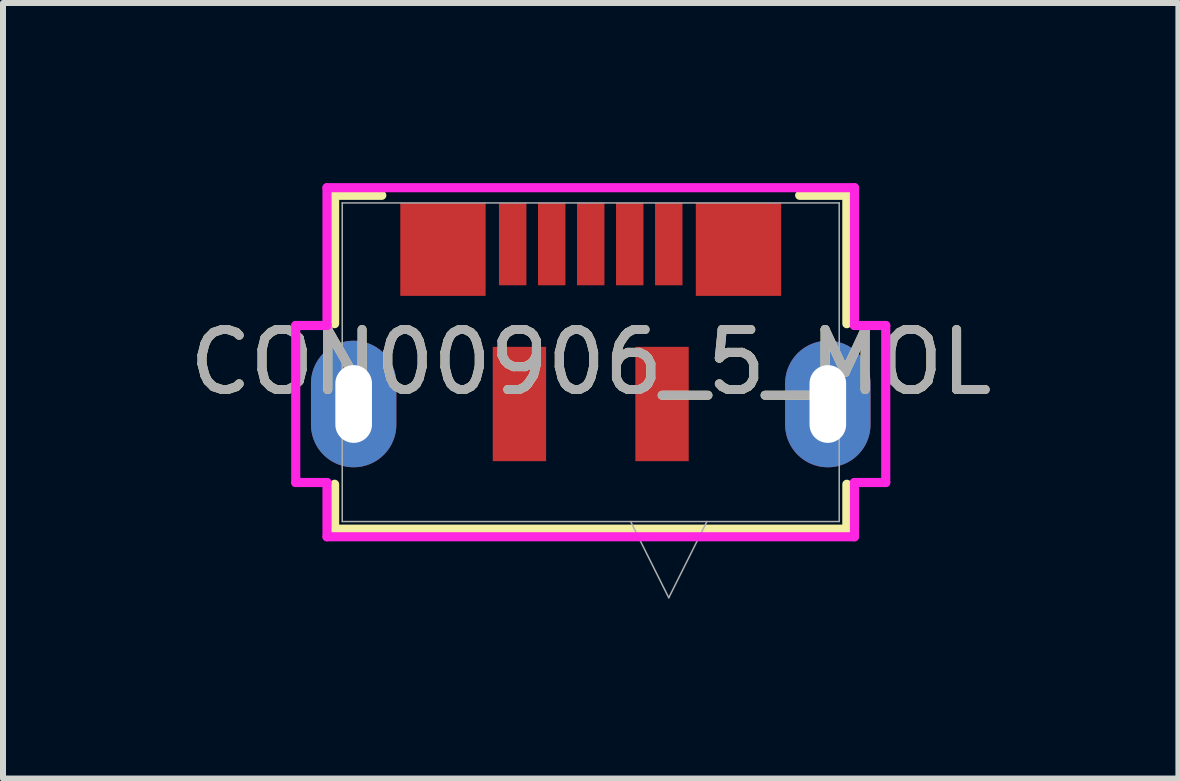
<source format=kicad_pcb>
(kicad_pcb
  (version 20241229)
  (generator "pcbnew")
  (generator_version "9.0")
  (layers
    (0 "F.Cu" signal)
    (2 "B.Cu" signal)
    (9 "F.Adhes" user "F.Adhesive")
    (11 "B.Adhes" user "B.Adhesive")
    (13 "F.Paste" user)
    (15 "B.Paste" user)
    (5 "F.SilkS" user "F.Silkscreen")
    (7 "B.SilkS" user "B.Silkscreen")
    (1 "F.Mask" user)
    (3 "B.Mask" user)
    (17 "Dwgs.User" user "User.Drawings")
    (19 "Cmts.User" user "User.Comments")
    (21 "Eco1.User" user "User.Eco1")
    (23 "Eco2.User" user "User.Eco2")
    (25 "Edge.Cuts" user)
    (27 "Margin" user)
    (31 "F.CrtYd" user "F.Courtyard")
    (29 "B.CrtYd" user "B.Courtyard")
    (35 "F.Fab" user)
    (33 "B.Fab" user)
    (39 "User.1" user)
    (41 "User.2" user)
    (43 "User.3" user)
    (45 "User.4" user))
  (footprint "CON00906_5_MOL"
    (layer "F.Cu")
    (at 6.792 2.985)
    (property "Reference" "CON00906_5_MOL" (at 0 0 0) (unlocked yes) (layer "F.SilkS") (effects (font (size 1 1) (thickness 0.15))))
    (attr smd)
    (fp_line (start -4.267 -2.781) (end -4.267 -0.642) (stroke (width 0.152) (type solid)) (layer "F.SilkS"))
    (fp_line (start -4.267 2.033) (end -4.267 2.781) (stroke (width 0.152) (type solid)) (layer "F.SilkS"))
    (fp_line (start -4.267 2.781) (end 4.267 2.781) (stroke (width 0.152) (type solid)) (layer "F.SilkS"))
    (fp_line (start -3.481 -2.781) (end -4.267 -2.781) (stroke (width 0.152) (type solid)) (layer "F.SilkS"))
    (fp_line (start 4.267 -2.781) (end 3.481 -2.781) (stroke (width 0.152) (type solid)) (layer "F.SilkS"))
    (fp_line (start 4.267 -0.642) (end 4.267 -2.781) (stroke (width 0.152) (type solid)) (layer "F.SilkS"))
    (fp_line (start 4.267 2.781) (end 4.267 2.033) (stroke (width 0.152) (type solid)) (layer "F.SilkS"))
    (fp_line (start -4.915 -0.612) (end -4.915 2.004) (stroke (width 0.152) (type solid)) (layer "F.CrtYd"))
    (fp_line (start -4.915 2.004) (end -4.394 2.004) (stroke (width 0.152) (type solid)) (layer "F.CrtYd"))
    (fp_line (start -4.394 -2.908) (end -4.394 -0.612) (stroke (width 0.152) (type solid)) (layer "F.CrtYd"))
    (fp_line (start -4.394 -0.612) (end -4.915 -0.612) (stroke (width 0.152) (type solid)) (layer "F.CrtYd"))
    (fp_line (start -4.394 2.004) (end -4.394 2.908) (stroke (width 0.152) (type solid)) (layer "F.CrtYd"))
    (fp_line (start -4.394 2.908) (end 4.394 2.908) (stroke (width 0.152) (type solid)) (layer "F.CrtYd"))
    (fp_line (start 4.394 -2.908) (end -4.394 -2.908) (stroke (width 0.152) (type solid)) (layer "F.CrtYd"))
    (fp_line (start 4.394 -0.612) (end 4.394 -2.908) (stroke (width 0.152) (type solid)) (layer "F.CrtYd"))
    (fp_line (start 4.394 2.004) (end 4.915 2.004) (stroke (width 0.152) (type solid)) (layer "F.CrtYd"))
    (fp_line (start 4.394 2.908) (end 4.394 2.004) (stroke (width 0.152) (type solid)) (layer "F.CrtYd"))
    (fp_line (start 4.915 -0.612) (end 4.394 -0.612) (stroke (width 0.152) (type solid)) (layer "F.CrtYd"))
    (fp_line (start 4.915 2.004) (end 4.915 -0.612) (stroke (width 0.152) (type solid)) (layer "F.CrtYd"))
    (fp_line (start -4.14 -2.654) (end -4.14 2.654) (stroke (width 0.025) (type solid)) (layer "F.Fab"))
    (fp_line (start -4.14 2.654) (end 4.14 2.654) (stroke (width 0.025) (type solid)) (layer "F.Fab"))
    (fp_line (start 0.665 2.654) (end 1.3 3.924) (stroke (width 0.025) (type solid)) (layer "F.Fab"))
    (fp_line (start 1.935 2.654) (end 1.3 3.924) (stroke (width 0.025) (type solid)) (layer "F.Fab"))
    (fp_line (start 4.14 -2.654) (end -4.14 -2.654) (stroke (width 0.025) (type solid)) (layer "F.Fab"))
    (fp_line (start 4.14 2.654) (end 4.14 -2.654) (stroke (width 0.025) (type solid)) (layer "F.Fab"))
    (fp_text user "${REFERENCE}" (at 0 0 0) (unlocked yes) (layer "F.Fab") (effects (font (size 1 1) (thickness 0.15))))
    (pad "1" smd rect (at 1.3 -1.968) (size 0.457 1.372) (layers "F.Cu" "F.Mask" "F.Paste"))
    (pad "2" smd rect (at 0.65 -1.968) (size 0.457 1.372) (layers "F.Cu" "F.Mask" "F.Paste"))
    (pad "3" smd rect (at 0 -1.968) (size 0.457 1.372) (layers "F.Cu" "F.Mask" "F.Paste"))
    (pad "4" smd rect (at -0.65 -1.968) (size 0.457 1.372) (layers "F.Cu" "F.Mask" "F.Paste"))
    (pad "5" smd rect (at -1.3 -1.968) (size 0.457 1.372) (layers "F.Cu" "F.Mask" "F.Paste"))
    (pad "6" smd rect (at -2.462 -1.88 90) (size 1.549 1.422) (layers "F.Cu" "F.Mask" "F.Paste"))
    (pad "7" smd rect (at 2.462 -1.88 90) (size 1.549 1.422) (layers "F.Cu" "F.Mask" "F.Paste"))
    (pad "8" smd rect (at -1.188 0.696) (size 0.889 1.905) (layers "F.Cu" "F.Mask" "F.Paste"))
    (pad "9" smd rect (at 1.188 0.696) (size 0.889 1.905) (layers "F.Cu" "F.Mask" "F.Paste"))
    (pad "10" thru_hole oval (at -3.95 0.696 90) (size 2.108 1.422) (drill oval 1.295 0.61) (layers "*.Cu" "*.Mask"))
    (pad "11" thru_hole oval (at 3.95 0.696 90) (size 2.108 1.422) (drill oval 1.295 0.61) (layers "*.Cu" "*.Mask")))
  (gr_rect
    (start -3 -3)
    (end 16.583 9.921)
    (stroke (width 0.1) (type default))
    (fill no)
    (layer "Edge.Cuts")))
</source>
